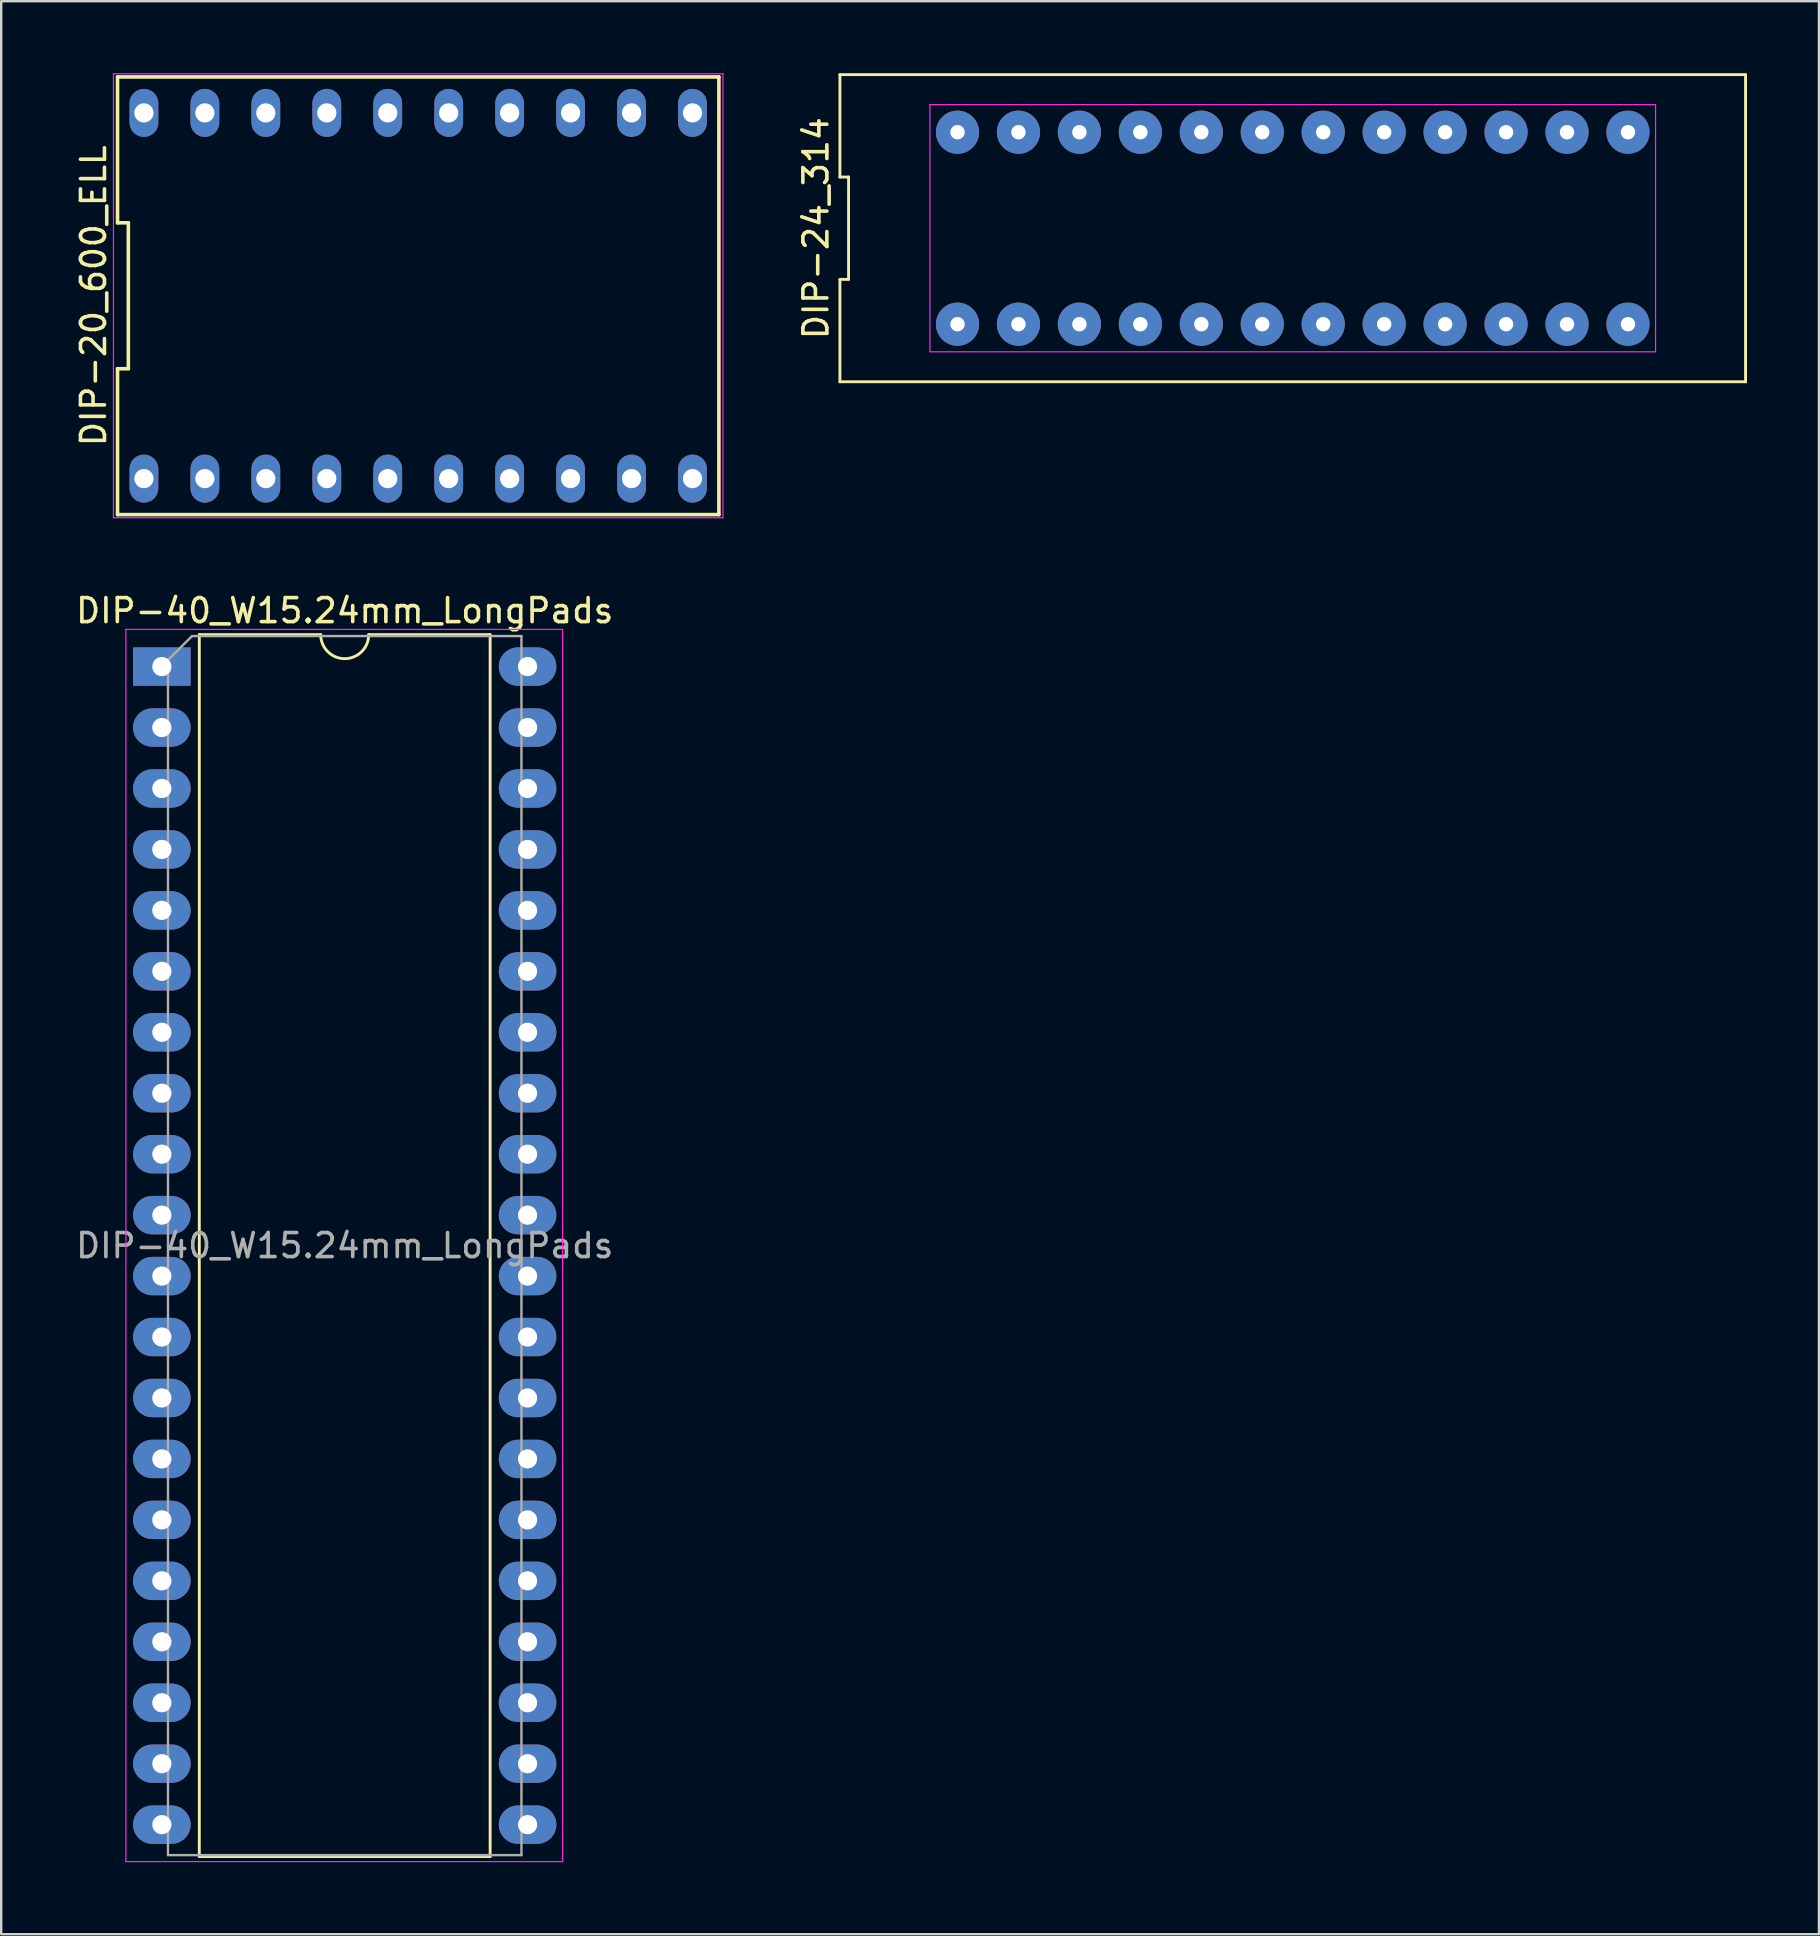
<source format=kicad_pcb>
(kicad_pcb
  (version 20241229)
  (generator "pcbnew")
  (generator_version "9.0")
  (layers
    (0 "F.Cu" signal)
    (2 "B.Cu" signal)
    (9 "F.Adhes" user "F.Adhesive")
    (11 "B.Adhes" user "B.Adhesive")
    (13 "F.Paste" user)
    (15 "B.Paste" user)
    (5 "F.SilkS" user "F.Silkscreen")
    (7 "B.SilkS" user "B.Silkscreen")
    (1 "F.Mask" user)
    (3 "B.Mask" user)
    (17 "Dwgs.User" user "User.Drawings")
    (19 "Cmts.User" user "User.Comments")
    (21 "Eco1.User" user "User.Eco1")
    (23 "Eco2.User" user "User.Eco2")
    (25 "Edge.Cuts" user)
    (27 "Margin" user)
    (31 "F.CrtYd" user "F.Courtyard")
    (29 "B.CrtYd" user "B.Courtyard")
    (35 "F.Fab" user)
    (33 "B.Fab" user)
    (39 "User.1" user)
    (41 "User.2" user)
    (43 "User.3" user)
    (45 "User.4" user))
  (footprint "DIP-24_314"
    (layer "F.Cu")
    (at 50.822 6.46)
    (property "Reference" "DIP-24_314" (at -19.87 0 90) (layer "F.SilkS") (effects (font (size 1 1) (thickness 0.15))))
    (attr through_hole)
    (fp_line (start -18.87 -6.4) (end -18.87 -2.133) (stroke (width 0.12) (type solid)) (layer "F.SilkS"))
    (fp_line (start -18.87 -2.133) (end -18.51 -2.133) (stroke (width 0.12) (type solid)) (layer "F.SilkS"))
    (fp_line (start -18.87 2.133) (end -18.87 6.4) (stroke (width 0.12) (type solid)) (layer "F.SilkS"))
    (fp_line (start -18.87 6.4) (end 18.87 6.4) (stroke (width 0.12) (type solid)) (layer "F.SilkS"))
    (fp_line (start -18.51 -2.133) (end -18.51 2.133) (stroke (width 0.12) (type solid)) (layer "F.SilkS"))
    (fp_line (start -18.51 2.133) (end -18.87 2.133) (stroke (width 0.12) (type solid)) (layer "F.SilkS"))
    (fp_line (start 18.87 -6.4) (end -18.87 -6.4) (stroke (width 0.12) (type solid)) (layer "F.SilkS"))
    (fp_line (start 18.87 6.4) (end 18.87 -6.4) (stroke (width 0.12) (type solid)) (layer "F.SilkS"))
    (fp_line (start -15.12 -5.15) (end 15.12 -5.15) (stroke (width 0.05) (type solid)) (layer "F.CrtYd"))
    (fp_line (start -15.12 5.15) (end -15.12 -5.15) (stroke (width 0.05) (type solid)) (layer "F.CrtYd"))
    (fp_line (start 15.12 -5.15) (end 15.12 5.15) (stroke (width 0.05) (type solid)) (layer "F.CrtYd"))
    (fp_line (start 15.12 5.15) (end -15.12 5.15) (stroke (width 0.05) (type solid)) (layer "F.CrtYd"))
    (pad "1" thru_hole circle (at -13.97 4) (size 1.8 1.8) (drill 0.6) (layers "*.Cu" "*.Mask"))
    (pad "2" thru_hole circle (at -11.43 4) (size 1.8 1.8) (drill 0.6) (layers "*.Cu" "*.Mask"))
    (pad "3" thru_hole circle (at -8.89 4) (size 1.8 1.8) (drill 0.6) (layers "*.Cu" "*.Mask"))
    (pad "4" thru_hole circle (at -6.35 4) (size 1.8 1.8) (drill 0.6) (layers "*.Cu" "*.Mask"))
    (pad "5" thru_hole circle (at -3.81 4) (size 1.8 1.8) (drill 0.6) (layers "*.Cu" "*.Mask"))
    (pad "6" thru_hole circle (at -1.27 4) (size 1.8 1.8) (drill 0.6) (layers "*.Cu" "*.Mask"))
    (pad "7" thru_hole circle (at 1.27 4) (size 1.8 1.8) (drill 0.6) (layers "*.Cu" "*.Mask"))
    (pad "8" thru_hole circle (at 3.81 4) (size 1.8 1.8) (drill 0.6) (layers "*.Cu" "*.Mask"))
    (pad "9" thru_hole circle (at 6.35 4) (size 1.8 1.8) (drill 0.6) (layers "*.Cu" "*.Mask"))
    (pad "10" thru_hole circle (at 8.89 4) (size 1.8 1.8) (drill 0.6) (layers "*.Cu" "*.Mask"))
    (pad "11" thru_hole circle (at 11.43 4) (size 1.8 1.8) (drill 0.6) (layers "*.Cu" "*.Mask"))
    (pad "12" thru_hole circle (at 13.97 4) (size 1.8 1.8) (drill 0.6) (layers "*.Cu" "*.Mask"))
    (pad "13" thru_hole circle (at 13.97 -4) (size 1.8 1.8) (drill 0.6) (layers "*.Cu" "*.Mask"))
    (pad "14" thru_hole circle (at 11.43 -4) (size 1.8 1.8) (drill 0.6) (layers "*.Cu" "*.Mask"))
    (pad "15" thru_hole circle (at 8.89 -4) (size 1.8 1.8) (drill 0.6) (layers "*.Cu" "*.Mask"))
    (pad "16" thru_hole circle (at 6.35 -4) (size 1.8 1.8) (drill 0.6) (layers "*.Cu" "*.Mask"))
    (pad "17" thru_hole circle (at 3.81 -4) (size 1.8 1.8) (drill 0.6) (layers "*.Cu" "*.Mask"))
    (pad "18" thru_hole circle (at 1.27 -4) (size 1.8 1.8) (drill 0.6) (layers "*.Cu" "*.Mask"))
    (pad "19" thru_hole circle (at -1.27 -4) (size 1.8 1.8) (drill 0.6) (layers "*.Cu" "*.Mask"))
    (pad "20" thru_hole circle (at -3.81 -4) (size 1.8 1.8) (drill 0.6) (layers "*.Cu" "*.Mask"))
    (pad "21" thru_hole circle (at -6.35 -4) (size 1.8 1.8) (drill 0.6) (layers "*.Cu" "*.Mask"))
    (pad "22" thru_hole circle (at -8.89 -4) (size 1.8 1.8) (drill 0.6) (layers "*.Cu" "*.Mask"))
    (pad "23" thru_hole circle (at -11.43 -4) (size 1.8 1.8) (drill 0.6) (layers "*.Cu" "*.Mask"))
    (pad "24" thru_hole circle (at -13.97 -4) (size 1.8 1.8) (drill 0.6) (layers "*.Cu" "*.Mask")))
  (footprint "DIP-40_W15.24mm_LongPads"
    (layer "F.Cu")
    (at 3.695 24.728)
    (property "Reference" "DIP-40_W15.24mm_LongPads" (at 7.62 -2.33 0) (layer "F.SilkS") (effects (font (size 1 1) (thickness 0.15))))
    (attr through_hole)
    (fp_line (start 1.56 -1.33) (end 1.56 49.59) (stroke (width 0.12) (type solid)) (layer "F.SilkS"))
    (fp_line (start 1.56 49.59) (end 13.68 49.59) (stroke (width 0.12) (type solid)) (layer "F.SilkS"))
    (fp_line (start 6.62 -1.33) (end 1.56 -1.33) (stroke (width 0.12) (type solid)) (layer "F.SilkS"))
    (fp_line (start 13.68 -1.33) (end 8.62 -1.33) (stroke (width 0.12) (type solid)) (layer "F.SilkS"))
    (fp_line (start 13.68 49.59) (end 13.68 -1.33) (stroke (width 0.12) (type solid)) (layer "F.SilkS"))
    (fp_arc (start 8.62 -1.33) (mid 7.62 -0.33) (end 6.62 -1.33) (stroke (width 0.12) (type solid)) (layer "F.SilkS"))
    (fp_line (start -1.5 -1.55) (end -1.5 49.8) (stroke (width 0.05) (type solid)) (layer "F.CrtYd"))
    (fp_line (start -1.5 49.8) (end 16.7 49.8) (stroke (width 0.05) (type solid)) (layer "F.CrtYd"))
    (fp_line (start 16.7 -1.55) (end -1.5 -1.55) (stroke (width 0.05) (type solid)) (layer "F.CrtYd"))
    (fp_line (start 16.7 49.8) (end 16.7 -1.55) (stroke (width 0.05) (type solid)) (layer "F.CrtYd"))
    (fp_line (start 0.255 -0.27) (end 1.255 -1.27) (stroke (width 0.1) (type solid)) (layer "F.Fab"))
    (fp_line (start 0.255 49.53) (end 0.255 -0.27) (stroke (width 0.1) (type solid)) (layer "F.Fab"))
    (fp_line (start 1.255 -1.27) (end 14.985 -1.27) (stroke (width 0.1) (type solid)) (layer "F.Fab"))
    (fp_line (start 14.985 -1.27) (end 14.985 49.53) (stroke (width 0.1) (type solid)) (layer "F.Fab"))
    (fp_line (start 14.985 49.53) (end 0.255 49.53) (stroke (width 0.1) (type solid)) (layer "F.Fab"))
    (fp_text user "${REFERENCE}" (at 7.62 24.13 0) (layer "F.Fab") (effects (font (size 1 1) (thickness 0.15))))
    (pad "1" thru_hole rect (at 0 0) (size 2.4 1.6) (drill 0.8) (layers "*.Cu" "*.Mask"))
    (pad "2" thru_hole oval (at 0 2.54) (size 2.4 1.6) (drill 0.8) (layers "*.Cu" "*.Mask"))
    (pad "3" thru_hole oval (at 0 5.08) (size 2.4 1.6) (drill 0.8) (layers "*.Cu" "*.Mask"))
    (pad "4" thru_hole oval (at 0 7.62) (size 2.4 1.6) (drill 0.8) (layers "*.Cu" "*.Mask"))
    (pad "5" thru_hole oval (at 0 10.16) (size 2.4 1.6) (drill 0.8) (layers "*.Cu" "*.Mask"))
    (pad "6" thru_hole oval (at 0 12.7) (size 2.4 1.6) (drill 0.8) (layers "*.Cu" "*.Mask"))
    (pad "7" thru_hole oval (at 0 15.24) (size 2.4 1.6) (drill 0.8) (layers "*.Cu" "*.Mask"))
    (pad "8" thru_hole oval (at 0 17.78) (size 2.4 1.6) (drill 0.8) (layers "*.Cu" "*.Mask"))
    (pad "9" thru_hole oval (at 0 20.32) (size 2.4 1.6) (drill 0.8) (layers "*.Cu" "*.Mask"))
    (pad "10" thru_hole oval (at 0 22.86) (size 2.4 1.6) (drill 0.8) (layers "*.Cu" "*.Mask"))
    (pad "11" thru_hole oval (at 0 25.4) (size 2.4 1.6) (drill 0.8) (layers "*.Cu" "*.Mask"))
    (pad "12" thru_hole oval (at 0 27.94) (size 2.4 1.6) (drill 0.8) (layers "*.Cu" "*.Mask"))
    (pad "13" thru_hole oval (at 0 30.48) (size 2.4 1.6) (drill 0.8) (layers "*.Cu" "*.Mask"))
    (pad "14" thru_hole oval (at 0 33.02) (size 2.4 1.6) (drill 0.8) (layers "*.Cu" "*.Mask"))
    (pad "15" thru_hole oval (at 0 35.56) (size 2.4 1.6) (drill 0.8) (layers "*.Cu" "*.Mask"))
    (pad "16" thru_hole oval (at 0 38.1) (size 2.4 1.6) (drill 0.8) (layers "*.Cu" "*.Mask"))
    (pad "17" thru_hole oval (at 0 40.64) (size 2.4 1.6) (drill 0.8) (layers "*.Cu" "*.Mask"))
    (pad "18" thru_hole oval (at 0 43.18) (size 2.4 1.6) (drill 0.8) (layers "*.Cu" "*.Mask"))
    (pad "19" thru_hole oval (at 0 45.72) (size 2.4 1.6) (drill 0.8) (layers "*.Cu" "*.Mask"))
    (pad "20" thru_hole oval (at 0 48.26) (size 2.4 1.6) (drill 0.8) (layers "*.Cu" "*.Mask"))
    (pad "21" thru_hole oval (at 15.24 48.26) (size 2.4 1.6) (drill 0.8) (layers "*.Cu" "*.Mask"))
    (pad "22" thru_hole oval (at 15.24 45.72) (size 2.4 1.6) (drill 0.8) (layers "*.Cu" "*.Mask"))
    (pad "23" thru_hole oval (at 15.24 43.18) (size 2.4 1.6) (drill 0.8) (layers "*.Cu" "*.Mask"))
    (pad "24" thru_hole oval (at 15.24 40.64) (size 2.4 1.6) (drill 0.8) (layers "*.Cu" "*.Mask"))
    (pad "25" thru_hole oval (at 15.24 38.1) (size 2.4 1.6) (drill 0.8) (layers "*.Cu" "*.Mask"))
    (pad "26" thru_hole oval (at 15.24 35.56) (size 2.4 1.6) (drill 0.8) (layers "*.Cu" "*.Mask"))
    (pad "27" thru_hole oval (at 15.24 33.02) (size 2.4 1.6) (drill 0.8) (layers "*.Cu" "*.Mask"))
    (pad "28" thru_hole oval (at 15.24 30.48) (size 2.4 1.6) (drill 0.8) (layers "*.Cu" "*.Mask"))
    (pad "29" thru_hole oval (at 15.24 27.94) (size 2.4 1.6) (drill 0.8) (layers "*.Cu" "*.Mask"))
    (pad "30" thru_hole oval (at 15.24 25.4) (size 2.4 1.6) (drill 0.8) (layers "*.Cu" "*.Mask"))
    (pad "31" thru_hole oval (at 15.24 22.86) (size 2.4 1.6) (drill 0.8) (layers "*.Cu" "*.Mask"))
    (pad "32" thru_hole oval (at 15.24 20.32) (size 2.4 1.6) (drill 0.8) (layers "*.Cu" "*.Mask"))
    (pad "33" thru_hole oval (at 15.24 17.78) (size 2.4 1.6) (drill 0.8) (layers "*.Cu" "*.Mask"))
    (pad "34" thru_hole oval (at 15.24 15.24) (size 2.4 1.6) (drill 0.8) (layers "*.Cu" "*.Mask"))
    (pad "35" thru_hole oval (at 15.24 12.7) (size 2.4 1.6) (drill 0.8) (layers "*.Cu" "*.Mask"))
    (pad "36" thru_hole oval (at 15.24 10.16) (size 2.4 1.6) (drill 0.8) (layers "*.Cu" "*.Mask"))
    (pad "37" thru_hole oval (at 15.24 7.62) (size 2.4 1.6) (drill 0.8) (layers "*.Cu" "*.Mask"))
    (pad "38" thru_hole oval (at 15.24 5.08) (size 2.4 1.6) (drill 0.8) (layers "*.Cu" "*.Mask"))
    (pad "39" thru_hole oval (at 15.24 2.54) (size 2.4 1.6) (drill 0.8) (layers "*.Cu" "*.Mask"))
    (pad "40" thru_hole oval (at 15.24 0) (size 2.4 1.6) (drill 0.8) (layers "*.Cu" "*.Mask")))
  (footprint "DIP-20_600_ELL"
    (layer "F.Cu")
    (at 14.378 9.275)
    (property "Reference" "DIP-20_600_ELL" (at -13.53 0 90) (layer "F.SilkS") (effects (font (size 1 1) (thickness 0.15))))
    (attr through_hole)
    (fp_line (start -12.53 -9.12) (end -12.53 -3.04) (stroke (width 0.15) (type solid)) (layer "F.SilkS"))
    (fp_line (start -12.53 -3.04) (end -12.08 -3.04) (stroke (width 0.15) (type solid)) (layer "F.SilkS"))
    (fp_line (start -12.53 3.04) (end -12.53 9.12) (stroke (width 0.15) (type solid)) (layer "F.SilkS"))
    (fp_line (start -12.53 9.12) (end 12.53 9.12) (stroke (width 0.15) (type solid)) (layer "F.SilkS"))
    (fp_line (start -12.08 -3.04) (end -12.08 3.04) (stroke (width 0.15) (type solid)) (layer "F.SilkS"))
    (fp_line (start -12.08 3.04) (end -12.53 3.04) (stroke (width 0.15) (type solid)) (layer "F.SilkS"))
    (fp_line (start 12.53 -9.12) (end -12.53 -9.12) (stroke (width 0.15) (type solid)) (layer "F.SilkS"))
    (fp_line (start 12.53 9.12) (end 12.53 -9.12) (stroke (width 0.15) (type solid)) (layer "F.SilkS"))
    (fp_line (start -12.7 -9.25) (end 12.7 -9.25) (stroke (width 0.05) (type solid)) (layer "F.CrtYd"))
    (fp_line (start -12.7 9.25) (end -12.7 -9.25) (stroke (width 0.05) (type solid)) (layer "F.CrtYd"))
    (fp_line (start 12.7 -9.25) (end 12.7 9.25) (stroke (width 0.05) (type solid)) (layer "F.CrtYd"))
    (fp_line (start 12.7 9.25) (end -12.7 9.25) (stroke (width 0.05) (type solid)) (layer "F.CrtYd"))
    (pad "1" thru_hole oval (at -11.43 7.62) (size 1.2 2) (drill 0.8) (layers "*.Cu" "*.Mask"))
    (pad "2" thru_hole oval (at -8.89 7.62) (size 1.2 2) (drill 0.8) (layers "*.Cu" "*.Mask"))
    (pad "3" thru_hole oval (at -6.35 7.62) (size 1.2 2) (drill 0.8) (layers "*.Cu" "*.Mask"))
    (pad "4" thru_hole oval (at -3.81 7.62) (size 1.2 2) (drill 0.8) (layers "*.Cu" "*.Mask"))
    (pad "5" thru_hole oval (at -1.27 7.62) (size 1.2 2) (drill 0.8) (layers "*.Cu" "*.Mask"))
    (pad "6" thru_hole oval (at 1.27 7.62) (size 1.2 2) (drill 0.8) (layers "*.Cu" "*.Mask"))
    (pad "7" thru_hole oval (at 3.81 7.62) (size 1.2 2) (drill 0.8) (layers "*.Cu" "*.Mask"))
    (pad "8" thru_hole oval (at 6.35 7.62) (size 1.2 2) (drill 0.8) (layers "*.Cu" "*.Mask"))
    (pad "9" thru_hole oval (at 8.89 7.62) (size 1.2 2) (drill 0.8) (layers "*.Cu" "*.Mask"))
    (pad "10" thru_hole oval (at 11.43 7.62) (size 1.2 2) (drill 0.8) (layers "*.Cu" "*.Mask"))
    (pad "11" thru_hole oval (at 11.43 -7.62) (size 1.2 2) (drill 0.8) (layers "*.Cu" "*.Mask"))
    (pad "12" thru_hole oval (at 8.89 -7.62) (size 1.2 2) (drill 0.8) (layers "*.Cu" "*.Mask"))
    (pad "13" thru_hole oval (at 6.35 -7.62) (size 1.2 2) (drill 0.8) (layers "*.Cu" "*.Mask"))
    (pad "14" thru_hole oval (at 3.81 -7.62) (size 1.2 2) (drill 0.8) (layers "*.Cu" "*.Mask"))
    (pad "15" thru_hole oval (at 1.27 -7.62) (size 1.2 2) (drill 0.8) (layers "*.Cu" "*.Mask"))
    (pad "16" thru_hole oval (at -1.27 -7.62) (size 1.2 2) (drill 0.8) (layers "*.Cu" "*.Mask"))
    (pad "17" thru_hole oval (at -3.81 -7.62) (size 1.2 2) (drill 0.8) (layers "*.Cu" "*.Mask"))
    (pad "18" thru_hole oval (at -6.35 -7.62) (size 1.2 2) (drill 0.8) (layers "*.Cu" "*.Mask"))
    (pad "19" thru_hole oval (at -8.89 -7.62) (size 1.2 2) (drill 0.8) (layers "*.Cu" "*.Mask"))
    (pad "20" thru_hole oval (at -11.43 -7.62) (size 1.2 2) (drill 0.8) (layers "*.Cu" "*.Mask")))
  (gr_rect
    (start -3 -3)
    (end 72.751 77.553)
    (stroke (width 0.1) (type default))
    (fill no)
    (layer "Edge.Cuts")))
</source>
